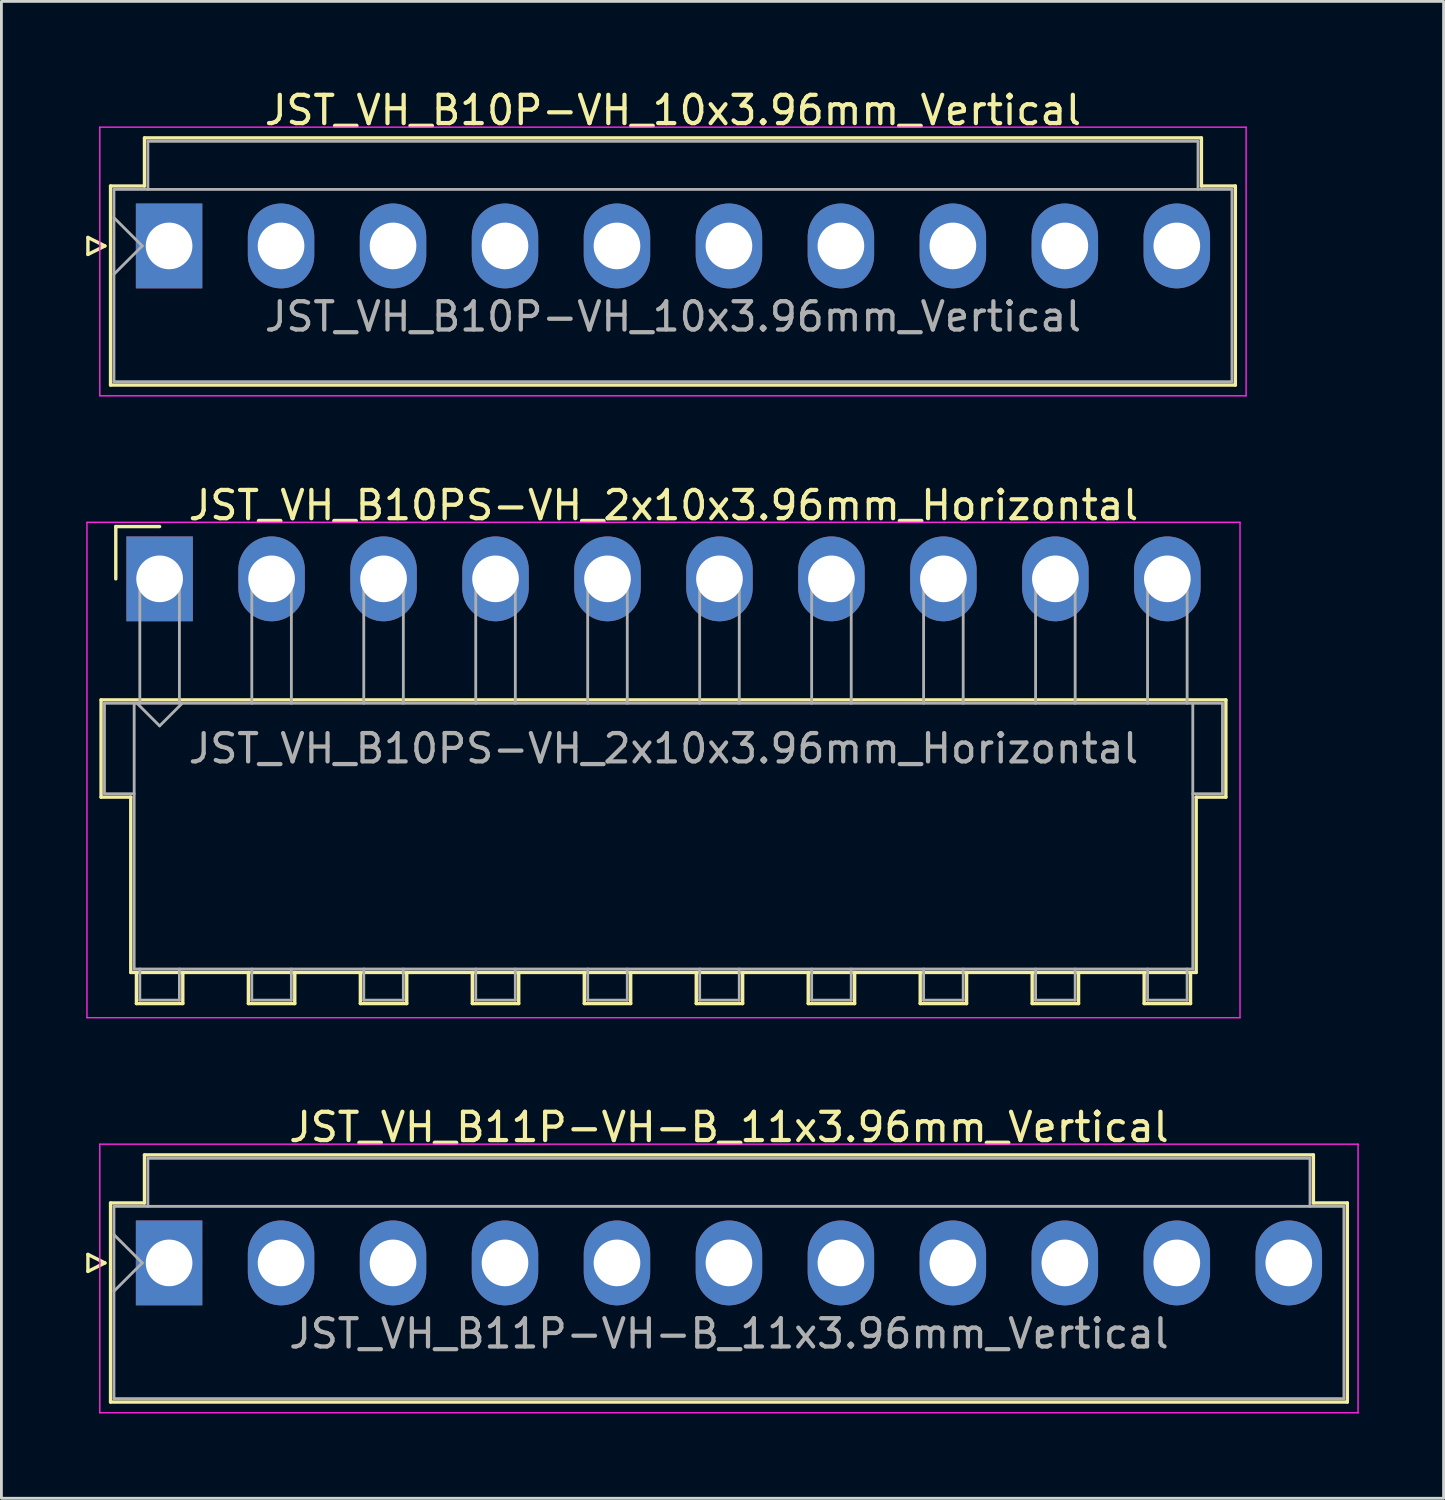
<source format=kicad_pcb>
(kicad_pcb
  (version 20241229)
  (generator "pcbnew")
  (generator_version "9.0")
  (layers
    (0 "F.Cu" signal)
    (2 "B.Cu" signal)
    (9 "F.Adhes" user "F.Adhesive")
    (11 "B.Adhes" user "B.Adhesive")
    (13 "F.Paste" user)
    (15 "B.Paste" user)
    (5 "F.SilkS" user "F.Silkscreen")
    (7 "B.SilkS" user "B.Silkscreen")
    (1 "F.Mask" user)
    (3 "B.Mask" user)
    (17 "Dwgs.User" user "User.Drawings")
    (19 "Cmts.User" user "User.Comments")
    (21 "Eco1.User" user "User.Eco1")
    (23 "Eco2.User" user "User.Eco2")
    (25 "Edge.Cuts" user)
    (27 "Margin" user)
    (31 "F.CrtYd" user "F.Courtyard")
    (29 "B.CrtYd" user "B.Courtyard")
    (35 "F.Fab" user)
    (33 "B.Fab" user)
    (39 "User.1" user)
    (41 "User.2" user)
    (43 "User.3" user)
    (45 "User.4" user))
  (footprint "JST_VH_B11P-VH-B_11x3.96mm_Vertical"
    (layer "F.Cu")
    (at 2.93 41.615)
    (property "Reference" "JST_VH_B11P-VH-B_11x3.96mm_Vertical" (at 19.8 -4.8 0) (layer "F.SilkS") (effects (font (size 1 1) (thickness 0.15))))
    (attr through_hole)
    (fp_line (start -2.87 -0.3) (end -2.27 0) (stroke (width 0.12) (type solid)) (layer "F.SilkS"))
    (fp_line (start -2.87 0.3) (end -2.87 -0.3) (stroke (width 0.12) (type solid)) (layer "F.SilkS"))
    (fp_line (start -2.27 0) (end -2.87 0.3) (stroke (width 0.12) (type solid)) (layer "F.SilkS"))
    (fp_line (start -2.07 -2.12) (end -0.87 -2.12) (stroke (width 0.12) (type solid)) (layer "F.SilkS"))
    (fp_line (start -2.07 4.92) (end -2.07 -2.12) (stroke (width 0.12) (type solid)) (layer "F.SilkS"))
    (fp_line (start -0.87 -3.82) (end 40.47 -3.82) (stroke (width 0.12) (type solid)) (layer "F.SilkS"))
    (fp_line (start -0.87 -2.12) (end -0.87 -3.82) (stroke (width 0.12) (type solid)) (layer "F.SilkS"))
    (fp_line (start 40.47 -3.82) (end 40.47 -2.12) (stroke (width 0.12) (type solid)) (layer "F.SilkS"))
    (fp_line (start 40.47 -2.12) (end 41.67 -2.12) (stroke (width 0.12) (type solid)) (layer "F.SilkS"))
    (fp_line (start 41.67 -2.12) (end 41.67 4.92) (stroke (width 0.12) (type solid)) (layer "F.SilkS"))
    (fp_line (start 41.67 4.92) (end -2.07 4.92) (stroke (width 0.12) (type solid)) (layer "F.SilkS"))
    (fp_line (start -2.45 -4.2) (end -2.45 5.3) (stroke (width 0.05) (type solid)) (layer "F.CrtYd"))
    (fp_line (start -2.45 5.3) (end 42.05 5.3) (stroke (width 0.05) (type solid)) (layer "F.CrtYd"))
    (fp_line (start 42.05 -4.2) (end -2.45 -4.2) (stroke (width 0.05) (type solid)) (layer "F.CrtYd"))
    (fp_line (start 42.05 5.3) (end 42.05 -4.2) (stroke (width 0.05) (type solid)) (layer "F.CrtYd"))
    (fp_line (start -1.95 -2) (end -1.95 4.8) (stroke (width 0.1) (type solid)) (layer "F.Fab"))
    (fp_line (start -1.95 -1) (end -0.95 0) (stroke (width 0.1) (type solid)) (layer "F.Fab"))
    (fp_line (start -1.95 1) (end -0.95 0) (stroke (width 0.1) (type solid)) (layer "F.Fab"))
    (fp_line (start -1.95 4.8) (end 41.55 4.8) (stroke (width 0.1) (type solid)) (layer "F.Fab"))
    (fp_line (start -0.75 -3.7) (end 40.35 -3.7) (stroke (width 0.1) (type solid)) (layer "F.Fab"))
    (fp_line (start -0.75 -2) (end -0.75 -3.7) (stroke (width 0.1) (type solid)) (layer "F.Fab"))
    (fp_line (start 40.35 -3.7) (end 40.35 -2) (stroke (width 0.1) (type solid)) (layer "F.Fab"))
    (fp_line (start 41.55 -2) (end -1.95 -2) (stroke (width 0.1) (type solid)) (layer "F.Fab"))
    (fp_line (start 41.55 4.8) (end 41.55 -2) (stroke (width 0.1) (type solid)) (layer "F.Fab"))
    (fp_text user "${REFERENCE}" (at 19.8 2.5 0) (layer "F.Fab") (effects (font (size 1 1) (thickness 0.15))))
    (pad "1" thru_hole rect (at 0 0) (size 2.35 3) (drill 1.65) (layers "*.Cu" "*.Mask"))
    (pad "2" thru_hole oval (at 3.96 0) (size 2.35 3) (drill 1.65) (layers "*.Cu" "*.Mask"))
    (pad "3" thru_hole oval (at 7.92 0) (size 2.35 3) (drill 1.65) (layers "*.Cu" "*.Mask"))
    (pad "4" thru_hole oval (at 11.88 0) (size 2.35 3) (drill 1.65) (layers "*.Cu" "*.Mask"))
    (pad "5" thru_hole oval (at 15.84 0) (size 2.35 3) (drill 1.65) (layers "*.Cu" "*.Mask"))
    (pad "6" thru_hole oval (at 19.8 0) (size 2.35 3) (drill 1.65) (layers "*.Cu" "*.Mask"))
    (pad "7" thru_hole oval (at 23.76 0) (size 2.35 3) (drill 1.65) (layers "*.Cu" "*.Mask"))
    (pad "8" thru_hole oval (at 27.72 0) (size 2.35 3) (drill 1.65) (layers "*.Cu" "*.Mask"))
    (pad "9" thru_hole oval (at 31.68 0) (size 2.35 3) (drill 1.65) (layers "*.Cu" "*.Mask"))
    (pad "10" thru_hole oval (at 35.64 0) (size 2.35 3) (drill 1.65) (layers "*.Cu" "*.Mask"))
    (pad "11" thru_hole oval (at 39.6 0) (size 2.35 3) (drill 1.65) (layers "*.Cu" "*.Mask")))
  (footprint "JST_VH_B10PS-VH_2x10x3.96mm_Horizontal"
    (layer "F.Cu")
    (at 2.595 17.422)
    (property "Reference" "JST_VH_B10PS-VH_2x10x3.96mm_Horizontal" (at 17.82 -2.6 0) (layer "F.SilkS") (effects (font (size 1 1) (thickness 0.15))))
    (attr through_hole)
    (fp_line (start -2.07 4.28) (end 37.71 4.28) (stroke (width 0.12) (type solid)) (layer "F.SilkS"))
    (fp_line (start -2.07 7.72) (end -2.07 4.28) (stroke (width 0.12) (type solid)) (layer "F.SilkS"))
    (fp_line (start -1.55 -1.85) (end -1.55 0) (stroke (width 0.12) (type solid)) (layer "F.SilkS"))
    (fp_line (start -1.02 7.72) (end -2.07 7.72) (stroke (width 0.12) (type solid)) (layer "F.SilkS"))
    (fp_line (start -1.02 13.92) (end -1.02 7.72) (stroke (width 0.12) (type solid)) (layer "F.SilkS"))
    (fp_line (start -0.82 13.92) (end -0.82 15.02) (stroke (width 0.12) (type solid)) (layer "F.SilkS"))
    (fp_line (start -0.82 15.02) (end 0.82 15.02) (stroke (width 0.12) (type solid)) (layer "F.SilkS"))
    (fp_line (start 0 -1.85) (end -1.55 -1.85) (stroke (width 0.12) (type solid)) (layer "F.SilkS"))
    (fp_line (start 0.82 15.02) (end 0.82 13.92) (stroke (width 0.12) (type solid)) (layer "F.SilkS"))
    (fp_line (start 3.14 13.92) (end 3.14 15.02) (stroke (width 0.12) (type solid)) (layer "F.SilkS"))
    (fp_line (start 3.14 15.02) (end 4.78 15.02) (stroke (width 0.12) (type solid)) (layer "F.SilkS"))
    (fp_line (start 4.78 15.02) (end 4.78 13.92) (stroke (width 0.12) (type solid)) (layer "F.SilkS"))
    (fp_line (start 7.1 13.92) (end 7.1 15.02) (stroke (width 0.12) (type solid)) (layer "F.SilkS"))
    (fp_line (start 7.1 15.02) (end 8.74 15.02) (stroke (width 0.12) (type solid)) (layer "F.SilkS"))
    (fp_line (start 8.74 15.02) (end 8.74 13.92) (stroke (width 0.12) (type solid)) (layer "F.SilkS"))
    (fp_line (start 11.06 13.92) (end 11.06 15.02) (stroke (width 0.12) (type solid)) (layer "F.SilkS"))
    (fp_line (start 11.06 15.02) (end 12.7 15.02) (stroke (width 0.12) (type solid)) (layer "F.SilkS"))
    (fp_line (start 12.7 15.02) (end 12.7 13.92) (stroke (width 0.12) (type solid)) (layer "F.SilkS"))
    (fp_line (start 15.02 13.92) (end 15.02 15.02) (stroke (width 0.12) (type solid)) (layer "F.SilkS"))
    (fp_line (start 15.02 15.02) (end 16.66 15.02) (stroke (width 0.12) (type solid)) (layer "F.SilkS"))
    (fp_line (start 16.66 15.02) (end 16.66 13.92) (stroke (width 0.12) (type solid)) (layer "F.SilkS"))
    (fp_line (start 18.98 13.92) (end 18.98 15.02) (stroke (width 0.12) (type solid)) (layer "F.SilkS"))
    (fp_line (start 18.98 15.02) (end 20.62 15.02) (stroke (width 0.12) (type solid)) (layer "F.SilkS"))
    (fp_line (start 20.62 15.02) (end 20.62 13.92) (stroke (width 0.12) (type solid)) (layer "F.SilkS"))
    (fp_line (start 22.94 13.92) (end 22.94 15.02) (stroke (width 0.12) (type solid)) (layer "F.SilkS"))
    (fp_line (start 22.94 15.02) (end 24.58 15.02) (stroke (width 0.12) (type solid)) (layer "F.SilkS"))
    (fp_line (start 24.58 15.02) (end 24.58 13.92) (stroke (width 0.12) (type solid)) (layer "F.SilkS"))
    (fp_line (start 26.9 13.92) (end 26.9 15.02) (stroke (width 0.12) (type solid)) (layer "F.SilkS"))
    (fp_line (start 26.9 15.02) (end 28.54 15.02) (stroke (width 0.12) (type solid)) (layer "F.SilkS"))
    (fp_line (start 28.54 15.02) (end 28.54 13.92) (stroke (width 0.12) (type solid)) (layer "F.SilkS"))
    (fp_line (start 30.86 13.92) (end 30.86 15.02) (stroke (width 0.12) (type solid)) (layer "F.SilkS"))
    (fp_line (start 30.86 15.02) (end 32.5 15.02) (stroke (width 0.12) (type solid)) (layer "F.SilkS"))
    (fp_line (start 32.5 15.02) (end 32.5 13.92) (stroke (width 0.12) (type solid)) (layer "F.SilkS"))
    (fp_line (start 34.82 13.92) (end 34.82 15.02) (stroke (width 0.12) (type solid)) (layer "F.SilkS"))
    (fp_line (start 34.82 15.02) (end 36.46 15.02) (stroke (width 0.12) (type solid)) (layer "F.SilkS"))
    (fp_line (start 36.46 15.02) (end 36.46 13.92) (stroke (width 0.12) (type solid)) (layer "F.SilkS"))
    (fp_line (start 36.66 7.72) (end 36.66 13.92) (stroke (width 0.12) (type solid)) (layer "F.SilkS"))
    (fp_line (start 36.66 13.92) (end -1.02 13.92) (stroke (width 0.12) (type solid)) (layer "F.SilkS"))
    (fp_line (start 37.71 4.28) (end 37.71 7.72) (stroke (width 0.12) (type solid)) (layer "F.SilkS"))
    (fp_line (start 37.71 7.72) (end 36.66 7.72) (stroke (width 0.12) (type solid)) (layer "F.SilkS"))
    (fp_line (start -2.57 -2) (end -2.57 15.52) (stroke (width 0.05) (type solid)) (layer "F.CrtYd"))
    (fp_line (start -2.57 15.52) (end 38.21 15.52) (stroke (width 0.05) (type solid)) (layer "F.CrtYd"))
    (fp_line (start 38.21 -2) (end -2.57 -2) (stroke (width 0.05) (type solid)) (layer "F.CrtYd"))
    (fp_line (start 38.21 15.52) (end 38.21 -2) (stroke (width 0.05) (type solid)) (layer "F.CrtYd"))
    (fp_line (start -1.95 4.4) (end -0.9 4.4) (stroke (width 0.1) (type solid)) (layer "F.Fab"))
    (fp_line (start -1.95 7.6) (end -1.95 4.4) (stroke (width 0.1) (type solid)) (layer "F.Fab"))
    (fp_line (start -0.9 4.4) (end -0.9 13.8) (stroke (width 0.1) (type solid)) (layer "F.Fab"))
    (fp_line (start -0.9 7.6) (end -1.95 7.6) (stroke (width 0.1) (type solid)) (layer "F.Fab"))
    (fp_line (start -0.9 13.8) (end 36.54 13.8) (stroke (width 0.1) (type solid)) (layer "F.Fab"))
    (fp_line (start -0.8 4.4) (end 0 5.2) (stroke (width 0.1) (type solid)) (layer "F.Fab"))
    (fp_line (start -0.7 0) (end 0.7 0) (stroke (width 0.1) (type solid)) (layer "F.Fab"))
    (fp_line (start -0.7 4.4) (end -0.7 0) (stroke (width 0.1) (type solid)) (layer "F.Fab"))
    (fp_line (start -0.7 13.8) (end -0.7 14.9) (stroke (width 0.1) (type solid)) (layer "F.Fab"))
    (fp_line (start -0.7 14.9) (end 0.7 14.9) (stroke (width 0.1) (type solid)) (layer "F.Fab"))
    (fp_line (start 0 5.2) (end 0.8 4.4) (stroke (width 0.1) (type solid)) (layer "F.Fab"))
    (fp_line (start 0.7 0) (end 0.7 4.4) (stroke (width 0.1) (type solid)) (layer "F.Fab"))
    (fp_line (start 0.7 14.9) (end 0.7 13.8) (stroke (width 0.1) (type solid)) (layer "F.Fab"))
    (fp_line (start 3.26 0) (end 4.66 0) (stroke (width 0.1) (type solid)) (layer "F.Fab"))
    (fp_line (start 3.26 4.4) (end 3.26 0) (stroke (width 0.1) (type solid)) (layer "F.Fab"))
    (fp_line (start 3.26 13.8) (end 3.26 14.9) (stroke (width 0.1) (type solid)) (layer "F.Fab"))
    (fp_line (start 3.26 14.9) (end 4.66 14.9) (stroke (width 0.1) (type solid)) (layer "F.Fab"))
    (fp_line (start 4.66 0) (end 4.66 4.4) (stroke (width 0.1) (type solid)) (layer "F.Fab"))
    (fp_line (start 4.66 14.9) (end 4.66 13.8) (stroke (width 0.1) (type solid)) (layer "F.Fab"))
    (fp_line (start 7.22 0) (end 8.62 0) (stroke (width 0.1) (type solid)) (layer "F.Fab"))
    (fp_line (start 7.22 4.4) (end 7.22 0) (stroke (width 0.1) (type solid)) (layer "F.Fab"))
    (fp_line (start 7.22 13.8) (end 7.22 14.9) (stroke (width 0.1) (type solid)) (layer "F.Fab"))
    (fp_line (start 7.22 14.9) (end 8.62 14.9) (stroke (width 0.1) (type solid)) (layer "F.Fab"))
    (fp_line (start 8.62 0) (end 8.62 4.4) (stroke (width 0.1) (type solid)) (layer "F.Fab"))
    (fp_line (start 8.62 14.9) (end 8.62 13.8) (stroke (width 0.1) (type solid)) (layer "F.Fab"))
    (fp_line (start 11.18 0) (end 12.58 0) (stroke (width 0.1) (type solid)) (layer "F.Fab"))
    (fp_line (start 11.18 4.4) (end 11.18 0) (stroke (width 0.1) (type solid)) (layer "F.Fab"))
    (fp_line (start 11.18 13.8) (end 11.18 14.9) (stroke (width 0.1) (type solid)) (layer "F.Fab"))
    (fp_line (start 11.18 14.9) (end 12.58 14.9) (stroke (width 0.1) (type solid)) (layer "F.Fab"))
    (fp_line (start 12.58 0) (end 12.58 4.4) (stroke (width 0.1) (type solid)) (layer "F.Fab"))
    (fp_line (start 12.58 14.9) (end 12.58 13.8) (stroke (width 0.1) (type solid)) (layer "F.Fab"))
    (fp_line (start 15.14 0) (end 16.54 0) (stroke (width 0.1) (type solid)) (layer "F.Fab"))
    (fp_line (start 15.14 4.4) (end 15.14 0) (stroke (width 0.1) (type solid)) (layer "F.Fab"))
    (fp_line (start 15.14 13.8) (end 15.14 14.9) (stroke (width 0.1) (type solid)) (layer "F.Fab"))
    (fp_line (start 15.14 14.9) (end 16.54 14.9) (stroke (width 0.1) (type solid)) (layer "F.Fab"))
    (fp_line (start 16.54 0) (end 16.54 4.4) (stroke (width 0.1) (type solid)) (layer "F.Fab"))
    (fp_line (start 16.54 14.9) (end 16.54 13.8) (stroke (width 0.1) (type solid)) (layer "F.Fab"))
    (fp_line (start 19.1 0) (end 20.5 0) (stroke (width 0.1) (type solid)) (layer "F.Fab"))
    (fp_line (start 19.1 4.4) (end 19.1 0) (stroke (width 0.1) (type solid)) (layer "F.Fab"))
    (fp_line (start 19.1 13.8) (end 19.1 14.9) (stroke (width 0.1) (type solid)) (layer "F.Fab"))
    (fp_line (start 19.1 14.9) (end 20.5 14.9) (stroke (width 0.1) (type solid)) (layer "F.Fab"))
    (fp_line (start 20.5 0) (end 20.5 4.4) (stroke (width 0.1) (type solid)) (layer "F.Fab"))
    (fp_line (start 20.5 14.9) (end 20.5 13.8) (stroke (width 0.1) (type solid)) (layer "F.Fab"))
    (fp_line (start 23.06 0) (end 24.46 0) (stroke (width 0.1) (type solid)) (layer "F.Fab"))
    (fp_line (start 23.06 4.4) (end 23.06 0) (stroke (width 0.1) (type solid)) (layer "F.Fab"))
    (fp_line (start 23.06 13.8) (end 23.06 14.9) (stroke (width 0.1) (type solid)) (layer "F.Fab"))
    (fp_line (start 23.06 14.9) (end 24.46 14.9) (stroke (width 0.1) (type solid)) (layer "F.Fab"))
    (fp_line (start 24.46 0) (end 24.46 4.4) (stroke (width 0.1) (type solid)) (layer "F.Fab"))
    (fp_line (start 24.46 14.9) (end 24.46 13.8) (stroke (width 0.1) (type solid)) (layer "F.Fab"))
    (fp_line (start 27.02 0) (end 28.42 0) (stroke (width 0.1) (type solid)) (layer "F.Fab"))
    (fp_line (start 27.02 4.4) (end 27.02 0) (stroke (width 0.1) (type solid)) (layer "F.Fab"))
    (fp_line (start 27.02 13.8) (end 27.02 14.9) (stroke (width 0.1) (type solid)) (layer "F.Fab"))
    (fp_line (start 27.02 14.9) (end 28.42 14.9) (stroke (width 0.1) (type solid)) (layer "F.Fab"))
    (fp_line (start 28.42 0) (end 28.42 4.4) (stroke (width 0.1) (type solid)) (layer "F.Fab"))
    (fp_line (start 28.42 14.9) (end 28.42 13.8) (stroke (width 0.1) (type solid)) (layer "F.Fab"))
    (fp_line (start 30.98 0) (end 32.38 0) (stroke (width 0.1) (type solid)) (layer "F.Fab"))
    (fp_line (start 30.98 4.4) (end 30.98 0) (stroke (width 0.1) (type solid)) (layer "F.Fab"))
    (fp_line (start 30.98 13.8) (end 30.98 14.9) (stroke (width 0.1) (type solid)) (layer "F.Fab"))
    (fp_line (start 30.98 14.9) (end 32.38 14.9) (stroke (width 0.1) (type solid)) (layer "F.Fab"))
    (fp_line (start 32.38 0) (end 32.38 4.4) (stroke (width 0.1) (type solid)) (layer "F.Fab"))
    (fp_line (start 32.38 14.9) (end 32.38 13.8) (stroke (width 0.1) (type solid)) (layer "F.Fab"))
    (fp_line (start 34.94 0) (end 36.34 0) (stroke (width 0.1) (type solid)) (layer "F.Fab"))
    (fp_line (start 34.94 4.4) (end 34.94 0) (stroke (width 0.1) (type solid)) (layer "F.Fab"))
    (fp_line (start 34.94 13.8) (end 34.94 14.9) (stroke (width 0.1) (type solid)) (layer "F.Fab"))
    (fp_line (start 34.94 14.9) (end 36.34 14.9) (stroke (width 0.1) (type solid)) (layer "F.Fab"))
    (fp_line (start 36.34 0) (end 36.34 4.4) (stroke (width 0.1) (type solid)) (layer "F.Fab"))
    (fp_line (start 36.34 14.9) (end 36.34 13.8) (stroke (width 0.1) (type solid)) (layer "F.Fab"))
    (fp_line (start 36.54 4.4) (end -0.9 4.4) (stroke (width 0.1) (type solid)) (layer "F.Fab"))
    (fp_line (start 36.54 4.4) (end 37.59 4.4) (stroke (width 0.1) (type solid)) (layer "F.Fab"))
    (fp_line (start 36.54 13.8) (end 36.54 4.4) (stroke (width 0.1) (type solid)) (layer "F.Fab"))
    (fp_line (start 37.59 4.4) (end 37.59 7.6) (stroke (width 0.1) (type solid)) (layer "F.Fab"))
    (fp_line (start 37.59 7.6) (end 36.54 7.6) (stroke (width 0.1) (type solid)) (layer "F.Fab"))
    (fp_text user "${REFERENCE}" (at 17.82 6 0) (layer "F.Fab") (effects (font (size 1 1) (thickness 0.15))))
    (pad "1" thru_hole rect (at 0 0) (size 2.35 3) (drill 1.65) (layers "*.Cu" "*.Mask"))
    (pad "2" thru_hole oval (at 3.96 0) (size 2.35 3) (drill 1.65) (layers "*.Cu" "*.Mask"))
    (pad "3" thru_hole oval (at 7.92 0) (size 2.35 3) (drill 1.65) (layers "*.Cu" "*.Mask"))
    (pad "4" thru_hole oval (at 11.88 0) (size 2.35 3) (drill 1.65) (layers "*.Cu" "*.Mask"))
    (pad "5" thru_hole oval (at 15.84 0) (size 2.35 3) (drill 1.65) (layers "*.Cu" "*.Mask"))
    (pad "6" thru_hole oval (at 19.8 0) (size 2.35 3) (drill 1.65) (layers "*.Cu" "*.Mask"))
    (pad "7" thru_hole oval (at 23.76 0) (size 2.35 3) (drill 1.65) (layers "*.Cu" "*.Mask"))
    (pad "8" thru_hole oval (at 27.72 0) (size 2.35 3) (drill 1.65) (layers "*.Cu" "*.Mask"))
    (pad "9" thru_hole oval (at 31.68 0) (size 2.35 3) (drill 1.65) (layers "*.Cu" "*.Mask"))
    (pad "10" thru_hole oval (at 35.64 0) (size 2.35 3) (drill 1.65) (layers "*.Cu" "*.Mask")))
  (footprint "JST_VH_B10P-VH_10x3.96mm_Vertical"
    (layer "F.Cu")
    (at 2.93 5.648)
    (property "Reference" "JST_VH_B10P-VH_10x3.96mm_Vertical" (at 17.82 -4.8 0) (layer "F.SilkS") (effects (font (size 1 1) (thickness 0.15))))
    (attr through_hole)
    (fp_line (start -2.87 -0.3) (end -2.27 0) (stroke (width 0.12) (type solid)) (layer "F.SilkS"))
    (fp_line (start -2.87 0.3) (end -2.87 -0.3) (stroke (width 0.12) (type solid)) (layer "F.SilkS"))
    (fp_line (start -2.27 0) (end -2.87 0.3) (stroke (width 0.12) (type solid)) (layer "F.SilkS"))
    (fp_line (start -2.07 -2.12) (end -0.87 -2.12) (stroke (width 0.12) (type solid)) (layer "F.SilkS"))
    (fp_line (start -2.07 4.92) (end -2.07 -2.12) (stroke (width 0.12) (type solid)) (layer "F.SilkS"))
    (fp_line (start -0.87 -3.82) (end 36.51 -3.82) (stroke (width 0.12) (type solid)) (layer "F.SilkS"))
    (fp_line (start -0.87 -2.12) (end -0.87 -3.82) (stroke (width 0.12) (type solid)) (layer "F.SilkS"))
    (fp_line (start 36.51 -3.82) (end 36.51 -2.12) (stroke (width 0.12) (type solid)) (layer "F.SilkS"))
    (fp_line (start 36.51 -2.12) (end 37.71 -2.12) (stroke (width 0.12) (type solid)) (layer "F.SilkS"))
    (fp_line (start 37.71 -2.12) (end 37.71 4.92) (stroke (width 0.12) (type solid)) (layer "F.SilkS"))
    (fp_line (start 37.71 4.92) (end -2.07 4.92) (stroke (width 0.12) (type solid)) (layer "F.SilkS"))
    (fp_line (start -2.45 -4.2) (end -2.45 5.3) (stroke (width 0.05) (type solid)) (layer "F.CrtYd"))
    (fp_line (start -2.45 5.3) (end 38.09 5.3) (stroke (width 0.05) (type solid)) (layer "F.CrtYd"))
    (fp_line (start 38.09 -4.2) (end -2.45 -4.2) (stroke (width 0.05) (type solid)) (layer "F.CrtYd"))
    (fp_line (start 38.09 5.3) (end 38.09 -4.2) (stroke (width 0.05) (type solid)) (layer "F.CrtYd"))
    (fp_line (start -1.95 -2) (end -1.95 4.8) (stroke (width 0.1) (type solid)) (layer "F.Fab"))
    (fp_line (start -1.95 -1) (end -0.95 0) (stroke (width 0.1) (type solid)) (layer "F.Fab"))
    (fp_line (start -1.95 1) (end -0.95 0) (stroke (width 0.1) (type solid)) (layer "F.Fab"))
    (fp_line (start -1.95 4.8) (end 37.59 4.8) (stroke (width 0.1) (type solid)) (layer "F.Fab"))
    (fp_line (start -0.75 -3.7) (end 36.39 -3.7) (stroke (width 0.1) (type solid)) (layer "F.Fab"))
    (fp_line (start -0.75 -2) (end -0.75 -3.7) (stroke (width 0.1) (type solid)) (layer "F.Fab"))
    (fp_line (start 36.39 -3.7) (end 36.39 -2) (stroke (width 0.1) (type solid)) (layer "F.Fab"))
    (fp_line (start 37.59 -2) (end -1.95 -2) (stroke (width 0.1) (type solid)) (layer "F.Fab"))
    (fp_line (start 37.59 4.8) (end 37.59 -2) (stroke (width 0.1) (type solid)) (layer "F.Fab"))
    (fp_text user "${REFERENCE}" (at 17.82 2.5 0) (layer "F.Fab") (effects (font (size 1 1) (thickness 0.15))))
    (pad "1" thru_hole rect (at 0 0) (size 2.35 3) (drill 1.65) (layers "*.Cu" "*.Mask"))
    (pad "2" thru_hole oval (at 3.96 0) (size 2.35 3) (drill 1.65) (layers "*.Cu" "*.Mask"))
    (pad "3" thru_hole oval (at 7.92 0) (size 2.35 3) (drill 1.65) (layers "*.Cu" "*.Mask"))
    (pad "4" thru_hole oval (at 11.88 0) (size 2.35 3) (drill 1.65) (layers "*.Cu" "*.Mask"))
    (pad "5" thru_hole oval (at 15.84 0) (size 2.35 3) (drill 1.65) (layers "*.Cu" "*.Mask"))
    (pad "6" thru_hole oval (at 19.8 0) (size 2.35 3) (drill 1.65) (layers "*.Cu" "*.Mask"))
    (pad "7" thru_hole oval (at 23.76 0) (size 2.35 3) (drill 1.65) (layers "*.Cu" "*.Mask"))
    (pad "8" thru_hole oval (at 27.72 0) (size 2.35 3) (drill 1.65) (layers "*.Cu" "*.Mask"))
    (pad "9" thru_hole oval (at 31.68 0) (size 2.35 3) (drill 1.65) (layers "*.Cu" "*.Mask"))
    (pad "10" thru_hole oval (at 35.64 0) (size 2.35 3) (drill 1.65) (layers "*.Cu" "*.Mask")))
  (gr_rect
    (start -3 -3)
    (end 48.005 49.94)
    (stroke (width 0.1) (type default))
    (fill no)
    (layer "Edge.Cuts")))
</source>
